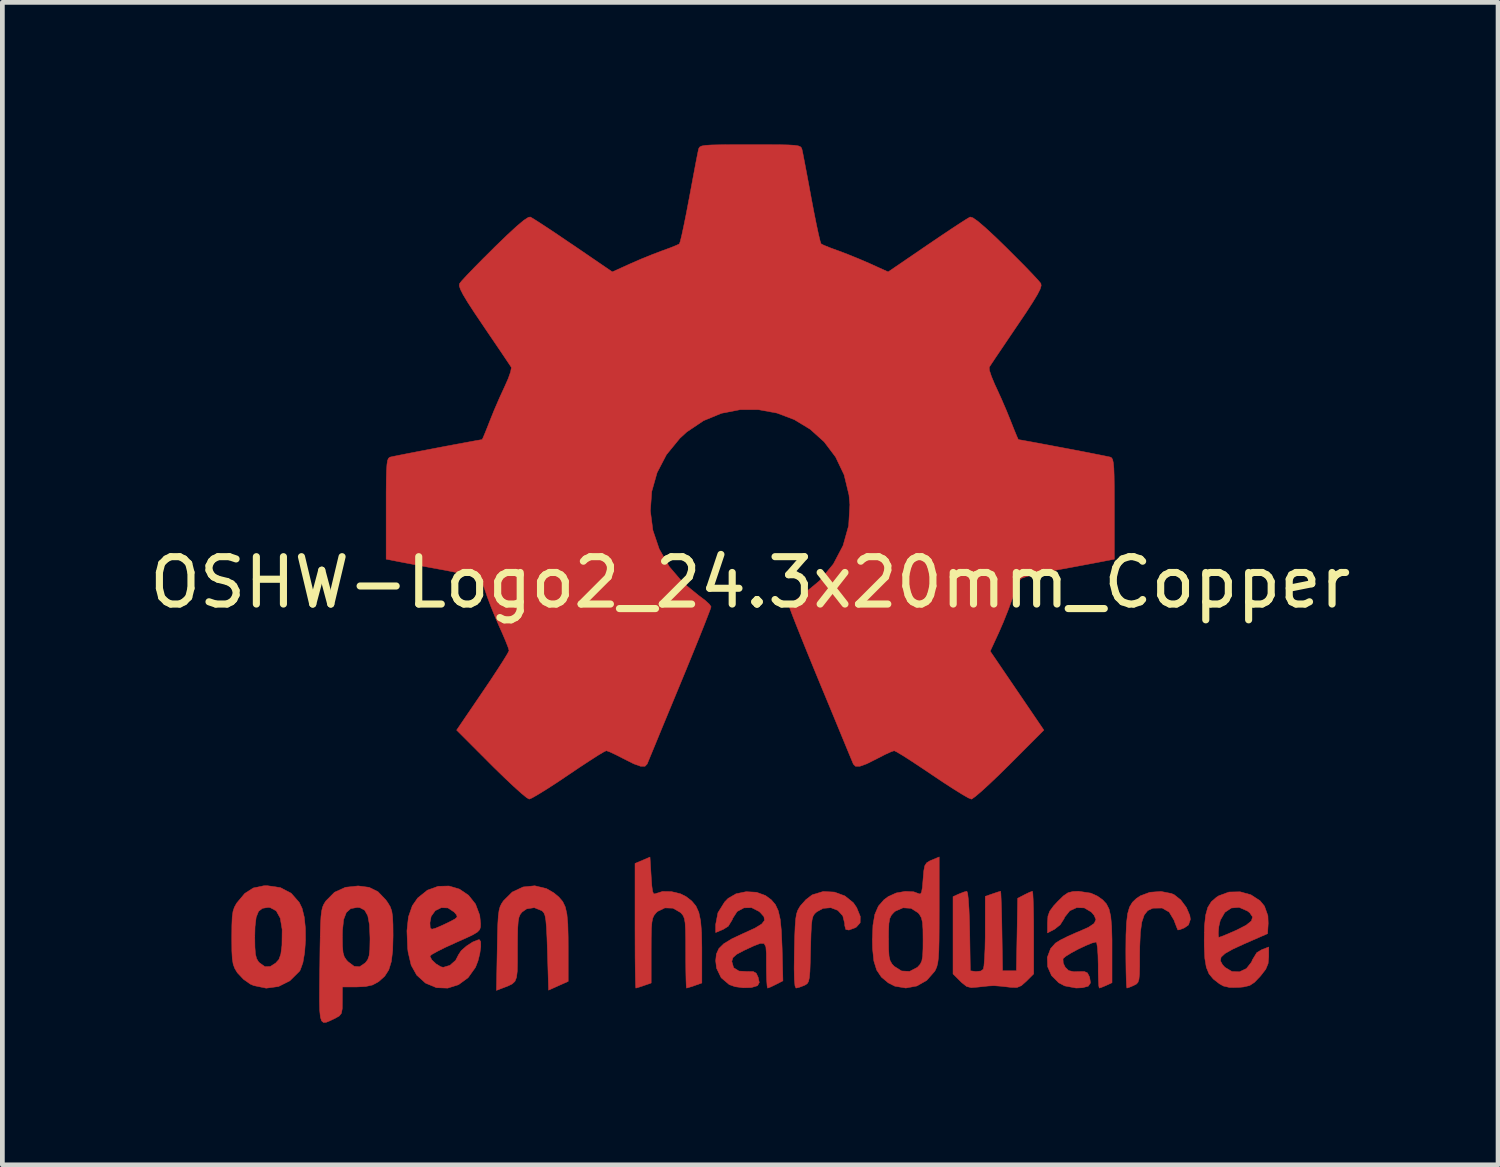
<source format=kicad_pcb>
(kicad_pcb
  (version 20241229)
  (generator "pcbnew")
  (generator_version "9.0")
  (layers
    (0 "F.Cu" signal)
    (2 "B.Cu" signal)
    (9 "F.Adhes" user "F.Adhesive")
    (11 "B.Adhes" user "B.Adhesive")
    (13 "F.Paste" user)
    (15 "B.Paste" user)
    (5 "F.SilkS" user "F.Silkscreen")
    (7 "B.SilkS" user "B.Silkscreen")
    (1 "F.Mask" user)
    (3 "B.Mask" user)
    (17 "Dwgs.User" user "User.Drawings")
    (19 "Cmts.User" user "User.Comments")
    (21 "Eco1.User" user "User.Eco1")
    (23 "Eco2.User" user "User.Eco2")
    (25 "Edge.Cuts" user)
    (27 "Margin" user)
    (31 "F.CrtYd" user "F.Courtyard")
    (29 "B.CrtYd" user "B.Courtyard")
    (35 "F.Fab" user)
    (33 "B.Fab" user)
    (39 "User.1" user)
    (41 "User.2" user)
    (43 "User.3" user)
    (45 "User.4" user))
  (footprint "OSHW-Logo2_24.3x20mm_Copper"
    (layer "F.Cu")
    (at 12.792 9.25)
    (property "Reference" "OSHW-Logo2_24.3x20mm_Copper" (at 0 0 0) (layer "F.SilkS") (effects (font (size 1 1) (thickness 0.15))))
    (attr board_only exclude_from_pos_files exclude_from_bom allow_missing_courtyard)
    (fp_poly (pts (xy 8.893 6.567) (xy 8.951 6.592) (xy 9.09 6.702) (xy 9.209 6.861) (xy 9.282 7.031) (xy 9.294 7.114) (xy 9.254 7.231) (xy 9.166 7.293) (xy 9.072 7.33) (xy 9.029 7.337) (xy 9.008 7.287) (xy 8.966 7.178) (xy 8.948 7.129) (xy 8.846 6.959) (xy 8.698 6.874) (xy 8.509 6.877) (xy 8.495 6.88) (xy 8.393 6.928) (xy 8.319 7.021) (xy 8.268 7.172) (xy 8.238 7.391) (xy 8.225 7.69) (xy 8.223 7.849) (xy 8.223 8.1) (xy 8.219 8.271) (xy 8.208 8.379) (xy 8.187 8.443) (xy 8.153 8.48) (xy 8.102 8.506) (xy 8.099 8.508) (xy 8.002 8.549) (xy 7.953 8.564) (xy 7.946 8.518) (xy 7.94 8.391) (xy 7.935 8.199) (xy 7.932 7.959) (xy 7.931 7.783) (xy 7.934 7.443) (xy 7.946 7.184) (xy 7.969 6.993) (xy 8.009 6.854) (xy 8.07 6.752) (xy 8.154 6.672) (xy 8.238 6.616) (xy 8.439 6.541) (xy 8.673 6.524) (xy 8.893 6.567)) (stroke (width 0.01) (type solid)) (fill yes) (layer "F.Cu"))
    (fp_poly (pts (xy -4.304 6.463) (xy -4.148 6.553) (xy -4.04 6.643) (xy -3.96 6.737) (xy -3.905 6.852) (xy -3.871 7.004) (xy -3.852 7.211) (xy -3.845 7.488) (xy -3.844 7.688) (xy -3.844 8.423) (xy -4.051 8.515) (xy -4.258 8.608) (xy -4.282 7.803) (xy -4.292 7.503) (xy -4.303 7.285) (xy -4.316 7.134) (xy -4.333 7.036) (xy -4.357 6.976) (xy -4.39 6.938) (xy -4.401 6.93) (xy -4.56 6.866) (xy -4.721 6.891) (xy -4.817 6.958) (xy -4.856 7.006) (xy -4.883 7.068) (xy -4.9 7.162) (xy -4.91 7.306) (xy -4.914 7.516) (xy -4.915 7.735) (xy -4.915 8.01) (xy -4.919 8.205) (xy -4.935 8.336) (xy -4.968 8.421) (xy -5.026 8.476) (xy -5.113 8.519) (xy -5.231 8.564) (xy -5.359 8.613) (xy -5.343 7.749) (xy -5.337 7.438) (xy -5.33 7.207) (xy -5.32 7.043) (xy -5.304 6.927) (xy -5.282 6.844) (xy -5.25 6.779) (xy -5.211 6.721) (xy -5.025 6.536) (xy -4.797 6.429) (xy -4.55 6.404) (xy -4.304 6.463)) (stroke (width 0.01) (type solid)) (fill yes) (layer "F.Cu"))
    (fp_poly (pts (xy 1.777 6.537) (xy 1.998 6.618) (xy 2.177 6.762) (xy 2.247 6.864) (xy 2.323 7.05) (xy 2.321 7.185) (xy 2.241 7.276) (xy 2.212 7.291) (xy 2.084 7.339) (xy 2.018 7.327) (xy 1.996 7.246) (xy 1.995 7.202) (xy 1.954 7.038) (xy 1.849 6.923) (xy 1.702 6.867) (xy 1.538 6.881) (xy 1.404 6.954) (xy 1.359 6.995) (xy 1.327 7.045) (xy 1.306 7.121) (xy 1.292 7.239) (xy 1.283 7.417) (xy 1.276 7.67) (xy 1.274 7.75) (xy 1.267 8.025) (xy 1.26 8.218) (xy 1.248 8.346) (xy 1.23 8.425) (xy 1.203 8.47) (xy 1.163 8.497) (xy 1.138 8.509) (xy 1.03 8.55) (xy 0.966 8.564) (xy 0.945 8.519) (xy 0.932 8.381) (xy 0.927 8.15) (xy 0.931 7.824) (xy 0.932 7.773) (xy 0.939 7.476) (xy 0.948 7.258) (xy 0.96 7.104) (xy 0.978 6.996) (xy 1.005 6.918) (xy 1.043 6.852) (xy 1.062 6.824) (xy 1.174 6.698) (xy 1.3 6.601) (xy 1.315 6.593) (xy 1.54 6.525) (xy 1.777 6.537)) (stroke (width 0.01) (type solid)) (fill yes) (layer "F.Cu"))
    (fp_poly (pts (xy -2.092 6.206) (xy -2.078 6.405) (xy -2.062 6.523) (xy -2.039 6.574) (xy -2.006 6.574) (xy -1.995 6.568) (xy -1.852 6.524) (xy -1.665 6.527) (xy -1.476 6.572) (xy -1.357 6.631) (xy -1.236 6.725) (xy -1.147 6.831) (xy -1.086 6.966) (xy -1.048 7.146) (xy -1.028 7.388) (xy -1.022 7.707) (xy -1.022 7.769) (xy -1.022 8.457) (xy -1.175 8.511) (xy -1.284 8.547) (xy -1.344 8.564) (xy -1.345 8.564) (xy -1.351 8.518) (xy -1.356 8.392) (xy -1.36 8.201) (xy -1.362 7.963) (xy -1.362 7.818) (xy -1.363 7.533) (xy -1.367 7.328) (xy -1.375 7.188) (xy -1.391 7.096) (xy -1.416 7.035) (xy -1.452 6.989) (xy -1.475 6.967) (xy -1.632 6.877) (xy -1.803 6.871) (xy -1.958 6.946) (xy -1.987 6.974) (xy -2.029 7.025) (xy -2.058 7.086) (xy -2.076 7.174) (xy -2.087 7.307) (xy -2.091 7.502) (xy -2.092 7.772) (xy -2.092 8.457) (xy -2.246 8.511) (xy -2.354 8.547) (xy -2.414 8.564) (xy -2.416 8.564) (xy -2.42 8.517) (xy -2.424 8.386) (xy -2.428 8.182) (xy -2.431 7.919) (xy -2.432 7.608) (xy -2.433 7.263) (xy -2.433 7.248) (xy -2.433 5.932) (xy -2.117 5.798) (xy -2.092 6.206)) (stroke (width 0.01) (type solid)) (fill yes) (layer "F.Cu"))
    (fp_poly (pts (xy 5.967 6.566) (xy 5.974 6.694) (xy 5.98 6.889) (xy 5.984 7.135) (xy 5.985 7.392) (xy 5.985 8.265) (xy 5.831 8.419) (xy 5.725 8.513) (xy 5.632 8.552) (xy 5.505 8.549) (xy 5.454 8.543) (xy 5.296 8.525) (xy 5.165 8.515) (xy 5.134 8.514) (xy 5.026 8.52) (xy 4.873 8.536) (xy 4.813 8.543) (xy 4.667 8.555) (xy 4.569 8.53) (xy 4.471 8.453) (xy 4.436 8.419) (xy 4.282 8.265) (xy 4.282 6.633) (xy 4.406 6.577) (xy 4.513 6.535) (xy 4.575 6.52) (xy 4.591 6.567) (xy 4.606 6.696) (xy 4.619 6.894) (xy 4.629 7.146) (xy 4.634 7.36) (xy 4.647 8.199) (xy 4.763 8.215) (xy 4.869 8.204) (xy 4.92 8.167) (xy 4.935 8.097) (xy 4.947 7.949) (xy 4.957 7.741) (xy 4.962 7.493) (xy 4.962 7.364) (xy 4.963 6.627) (xy 5.116 6.574) (xy 5.225 6.537) (xy 5.284 6.52) (xy 5.286 6.52) (xy 5.292 6.566) (xy 5.298 6.694) (xy 5.305 6.888) (xy 5.311 7.132) (xy 5.315 7.36) (xy 5.328 8.199) (xy 5.62 8.199) (xy 5.634 7.433) (xy 5.647 6.668) (xy 5.789 6.594) (xy 5.894 6.543) (xy 5.957 6.52) (xy 5.958 6.52) (xy 5.967 6.566)) (stroke (width 0.01) (type solid)) (fill yes) (layer "F.Cu"))
    (fp_poly (pts (xy -9.92 6.443) (xy -9.692 6.563) (xy -9.523 6.756) (xy -9.463 6.88) (xy -9.417 7.067) (xy -9.393 7.302) (xy -9.391 7.559) (xy -9.409 7.81) (xy -9.446 8.027) (xy -9.502 8.183) (xy -9.519 8.21) (xy -9.721 8.41) (xy -9.961 8.531) (xy -10.221 8.566) (xy -10.485 8.511) (xy -10.558 8.479) (xy -10.701 8.378) (xy -10.826 8.245) (xy -10.838 8.228) (xy -10.886 8.147) (xy -10.918 8.06) (xy -10.937 7.945) (xy -10.946 7.782) (xy -10.948 7.546) (xy -10.948 7.493) (xy -10.948 7.477) (xy -10.462 7.477) (xy -10.459 7.699) (xy -10.448 7.846) (xy -10.424 7.941) (xy -10.385 8.007) (xy -10.364 8.029) (xy -10.248 8.112) (xy -10.135 8.108) (xy -10.021 8.036) (xy -9.952 7.959) (xy -9.912 7.846) (xy -9.889 7.669) (xy -9.888 7.648) (xy -9.884 7.327) (xy -9.924 7.088) (xy -10.009 6.934) (xy -10.136 6.865) (xy -10.182 6.861) (xy -10.301 6.88) (xy -10.383 6.945) (xy -10.433 7.071) (xy -10.457 7.269) (xy -10.462 7.477) (xy -10.948 7.477) (xy -10.946 7.243) (xy -10.939 7.068) (xy -10.922 6.946) (xy -10.893 6.857) (xy -10.849 6.778) (xy -10.839 6.763) (xy -10.673 6.565) (xy -10.493 6.45) (xy -10.273 6.404) (xy -10.199 6.402) (xy -9.92 6.443)) (stroke (width 0.01) (type solid)) (fill yes) (layer "F.Cu"))
    (fp_poly (pts (xy 10.572 6.594) (xy 10.765 6.72) (xy 10.858 6.833) (xy 10.931 7.037) (xy 10.937 7.199) (xy 10.924 7.415) (xy 10.425 7.633) (xy 10.183 7.745) (xy 10.024 7.835) (xy 9.942 7.912) (xy 9.928 7.988) (xy 9.973 8.071) (xy 10.024 8.126) (xy 10.171 8.214) (xy 10.33 8.221) (xy 10.477 8.152) (xy 10.585 8.015) (xy 10.604 7.967) (xy 10.696 7.816) (xy 10.803 7.752) (xy 10.948 7.697) (xy 10.948 7.905) (xy 10.935 8.047) (xy 10.885 8.167) (xy 10.779 8.304) (xy 10.763 8.322) (xy 10.646 8.444) (xy 10.545 8.51) (xy 10.418 8.54) (xy 10.313 8.55) (xy 10.126 8.552) (xy 9.992 8.521) (xy 9.909 8.475) (xy 9.778 8.373) (xy 9.687 8.263) (xy 9.63 8.124) (xy 9.599 7.937) (xy 9.587 7.682) (xy 9.586 7.552) (xy 9.589 7.396) (xy 9.883 7.396) (xy 9.887 7.48) (xy 9.895 7.493) (xy 9.951 7.475) (xy 10.072 7.426) (xy 10.233 7.356) (xy 10.267 7.341) (xy 10.47 7.237) (xy 10.583 7.146) (xy 10.607 7.061) (xy 10.548 6.975) (xy 10.5 6.937) (xy 10.324 6.86) (xy 10.159 6.873) (xy 10.021 6.966) (xy 9.926 7.131) (xy 9.895 7.262) (xy 9.883 7.396) (xy 9.589 7.396) (xy 9.592 7.249) (xy 9.616 7.025) (xy 9.661 6.862) (xy 9.736 6.741) (xy 9.845 6.646) (xy 9.892 6.616) (xy 10.108 6.536) (xy 10.344 6.531) (xy 10.572 6.594)) (stroke (width 0.01) (type solid)) (fill yes) (layer "F.Cu"))
    (fp_poly (pts (xy 3.99 6.924) (xy 3.989 7.288) (xy 3.987 7.568) (xy 3.982 7.777) (xy 3.973 7.929) (xy 3.959 8.037) (xy 3.939 8.115) (xy 3.913 8.177) (xy 3.893 8.212) (xy 3.727 8.401) (xy 3.518 8.52) (xy 3.285 8.563) (xy 3.053 8.524) (xy 2.915 8.454) (xy 2.769 8.332) (xy 2.67 8.184) (xy 2.61 7.991) (xy 2.583 7.732) (xy 2.579 7.542) (xy 2.58 7.529) (xy 2.92 7.529) (xy 2.922 7.746) (xy 2.931 7.89) (xy 2.953 7.984) (xy 2.992 8.053) (xy 3.039 8.104) (xy 3.196 8.203) (xy 3.365 8.212) (xy 3.524 8.129) (xy 3.537 8.118) (xy 3.59 8.059) (xy 3.623 7.99) (xy 3.641 7.886) (xy 3.648 7.726) (xy 3.649 7.549) (xy 3.647 7.326) (xy 3.637 7.178) (xy 3.614 7.08) (xy 3.575 7.011) (xy 3.544 6.974) (xy 3.396 6.88) (xy 3.226 6.869) (xy 3.063 6.94) (xy 3.032 6.967) (xy 2.979 7.026) (xy 2.946 7.096) (xy 2.928 7.2) (xy 2.921 7.362) (xy 2.92 7.529) (xy 2.58 7.529) (xy 2.591 7.237) (xy 2.631 7.007) (xy 2.706 6.834) (xy 2.823 6.7) (xy 2.915 6.631) (xy 3.081 6.556) (xy 3.273 6.522) (xy 3.452 6.531) (xy 3.552 6.568) (xy 3.591 6.579) (xy 3.617 6.539) (xy 3.636 6.433) (xy 3.649 6.271) (xy 3.664 6.091) (xy 3.685 5.982) (xy 3.724 5.92) (xy 3.79 5.879) (xy 3.832 5.861) (xy 3.99 5.795) (xy 3.99 6.924)) (stroke (width 0.01) (type solid)) (fill yes) (layer "F.Cu"))
    (fp_poly (pts (xy -6.141 6.474) (xy -5.949 6.604) (xy -5.801 6.79) (xy -5.712 7.027) (xy -5.694 7.202) (xy -5.696 7.275) (xy -5.713 7.33) (xy -5.76 7.38) (xy -5.851 7.436) (xy -6.002 7.508) (xy -6.227 7.608) (xy -6.228 7.609) (xy -6.435 7.703) (xy -6.605 7.788) (xy -6.72 7.852) (xy -6.764 7.888) (xy -6.764 7.888) (xy -6.726 7.966) (xy -6.636 8.052) (xy -6.534 8.114) (xy -6.482 8.126) (xy -6.341 8.084) (xy -6.22 7.977) (xy -6.16 7.86) (xy -6.103 7.774) (xy -5.991 7.676) (xy -5.86 7.591) (xy -5.744 7.545) (xy -5.719 7.542) (xy -5.692 7.584) (xy -5.69 7.691) (xy -5.71 7.834) (xy -5.748 7.988) (xy -5.8 8.122) (xy -5.803 8.128) (xy -5.958 8.345) (xy -6.159 8.492) (xy -6.388 8.565) (xy -6.626 8.556) (xy -6.853 8.461) (xy -6.863 8.454) (xy -7.042 8.292) (xy -7.16 8.081) (xy -7.225 7.803) (xy -7.234 7.724) (xy -7.249 7.356) (xy -7.231 7.184) (xy -6.764 7.184) (xy -6.758 7.291) (xy -6.724 7.322) (xy -6.642 7.299) (xy -6.511 7.243) (xy -6.365 7.174) (xy -6.362 7.172) (xy -6.238 7.107) (xy -6.189 7.064) (xy -6.201 7.018) (xy -6.252 6.959) (xy -6.383 6.872) (xy -6.524 6.866) (xy -6.651 6.929) (xy -6.738 7.05) (xy -6.764 7.184) (xy -7.231 7.184) (xy -7.217 7.06) (xy -7.136 6.826) (xy -7.022 6.662) (xy -6.817 6.497) (xy -6.591 6.415) (xy -6.36 6.409) (xy -6.141 6.474)) (stroke (width 0.01) (type solid)) (fill yes) (layer "F.Cu"))
    (fp_poly (pts (xy 0.133 6.541) (xy 0.324 6.611) (xy 0.326 6.613) (xy 0.444 6.7) (xy 0.531 6.801) (xy 0.592 6.933) (xy 0.633 7.112) (xy 0.657 7.354) (xy 0.671 7.675) (xy 0.673 7.721) (xy 0.69 8.411) (xy 0.542 8.487) (xy 0.435 8.539) (xy 0.37 8.564) (xy 0.367 8.564) (xy 0.356 8.519) (xy 0.347 8.397) (xy 0.342 8.218) (xy 0.341 8.074) (xy 0.341 7.84) (xy 0.33 7.693) (xy 0.293 7.623) (xy 0.213 7.62) (xy 0.075 7.673) (xy -0.134 7.77) (xy -0.287 7.851) (xy -0.366 7.922) (xy -0.389 7.998) (xy -0.389 8.002) (xy -0.351 8.134) (xy -0.238 8.205) (xy -0.064 8.215) (xy 0.061 8.214) (xy 0.126 8.25) (xy 0.167 8.336) (xy 0.191 8.446) (xy 0.157 8.509) (xy 0.144 8.517) (xy 0.023 8.553) (xy -0.146 8.558) (xy -0.32 8.535) (xy -0.443 8.491) (xy -0.614 8.346) (xy -0.711 8.145) (xy -0.73 7.987) (xy -0.715 7.845) (xy -0.662 7.729) (xy -0.557 7.626) (xy -0.387 7.523) (xy -0.137 7.406) (xy -0.122 7.4) (xy 0.103 7.296) (xy 0.242 7.211) (xy 0.302 7.134) (xy 0.289 7.056) (xy 0.21 6.967) (xy 0.186 6.946) (xy 0.029 6.866) (xy -0.134 6.87) (xy -0.277 6.948) (xy -0.371 7.093) (xy -0.38 7.121) (xy -0.465 7.259) (xy -0.573 7.326) (xy -0.73 7.391) (xy -0.73 7.221) (xy -0.682 6.973) (xy -0.541 6.746) (xy -0.467 6.67) (xy -0.3 6.573) (xy -0.087 6.529) (xy 0.133 6.541)) (stroke (width 0.01) (type solid)) (fill yes) (layer "F.Cu"))
    (fp_poly (pts (xy -8.047 6.437) (xy -7.861 6.529) (xy -7.697 6.7) (xy -7.652 6.763) (xy -7.602 6.846) (xy -7.57 6.936) (xy -7.552 7.056) (xy -7.544 7.229) (xy -7.542 7.457) (xy -7.55 7.77) (xy -7.579 8.005) (xy -7.633 8.18) (xy -7.719 8.314) (xy -7.843 8.425) (xy -7.852 8.431) (xy -7.974 8.498) (xy -8.121 8.531) (xy -8.308 8.54) (xy -8.612 8.54) (xy -8.613 8.835) (xy -8.615 8.999) (xy -8.633 9.096) (xy -8.678 9.153) (xy -8.764 9.202) (xy -8.785 9.212) (xy -8.882 9.258) (xy -8.957 9.288) (xy -9.012 9.29) (xy -9.052 9.256) (xy -9.077 9.176) (xy -9.091 9.04) (xy -9.096 8.838) (xy -9.095 8.56) (xy -9.091 8.198) (xy -9.089 8.09) (xy -9.085 7.716) (xy -9.08 7.471) (xy -8.613 7.471) (xy -8.61 7.679) (xy -8.598 7.815) (xy -8.572 7.904) (xy -8.525 7.973) (xy -8.493 8.007) (xy -8.363 8.105) (xy -8.248 8.113) (xy -8.129 8.032) (xy -8.126 8.029) (xy -8.078 7.966) (xy -8.048 7.881) (xy -8.033 7.75) (xy -8.029 7.549) (xy -8.029 7.504) (xy -8.04 7.228) (xy -8.076 7.036) (xy -8.142 6.919) (xy -8.242 6.866) (xy -8.299 6.861) (xy -8.436 6.886) (xy -8.529 6.968) (xy -8.586 7.117) (xy -8.61 7.346) (xy -8.613 7.471) (xy -9.08 7.471) (xy -9.08 7.427) (xy -9.073 7.209) (xy -9.064 7.05) (xy -9.05 6.937) (xy -9.032 6.858) (xy -9.007 6.798) (xy -8.975 6.746) (xy -8.962 6.726) (xy -8.779 6.541) (xy -8.548 6.436) (xy -8.28 6.407) (xy -8.047 6.437)) (stroke (width 0.01) (type solid)) (fill yes) (layer "F.Cu"))
    (fp_poly (pts (xy 7.191 6.559) (xy 7.331 6.622) (xy 7.441 6.7) (xy 7.521 6.786) (xy 7.577 6.897) (xy 7.612 7.05) (xy 7.631 7.259) (xy 7.639 7.541) (xy 7.639 7.727) (xy 7.639 8.451) (xy 7.516 8.508) (xy 7.418 8.549) (xy 7.37 8.564) (xy 7.36 8.519) (xy 7.353 8.397) (xy 7.348 8.219) (xy 7.348 8.077) (xy 7.343 7.873) (xy 7.332 7.711) (xy 7.316 7.612) (xy 7.303 7.591) (xy 7.217 7.612) (xy 7.082 7.668) (xy 6.925 7.742) (xy 6.775 7.823) (xy 6.659 7.895) (xy 6.604 7.944) (xy 6.604 7.945) (xy 6.609 8.036) (xy 6.651 8.124) (xy 6.724 8.195) (xy 6.832 8.219) (xy 6.923 8.216) (xy 7.053 8.214) (xy 7.121 8.244) (xy 7.162 8.325) (xy 7.167 8.34) (xy 7.185 8.454) (xy 7.138 8.524) (xy 7.014 8.557) (xy 6.88 8.563) (xy 6.64 8.518) (xy 6.515 8.453) (xy 6.362 8.3) (xy 6.28 8.113) (xy 6.273 7.915) (xy 6.342 7.731) (xy 6.445 7.615) (xy 6.549 7.55) (xy 6.711 7.469) (xy 6.901 7.385) (xy 6.933 7.373) (xy 7.141 7.281) (xy 7.261 7.2) (xy 7.3 7.119) (xy 7.263 7.029) (xy 7.202 6.958) (xy 7.055 6.871) (xy 6.894 6.865) (xy 6.747 6.932) (xy 6.64 7.066) (xy 6.626 7.1) (xy 6.545 7.227) (xy 6.427 7.321) (xy 6.277 7.399) (xy 6.277 7.179) (xy 6.286 7.045) (xy 6.324 6.94) (xy 6.407 6.827) (xy 6.488 6.74) (xy 6.613 6.617) (xy 6.71 6.551) (xy 6.814 6.525) (xy 6.932 6.52) (xy 7.191 6.559)) (stroke (width 0.01) (type solid)) (fill yes) (layer "F.Cu"))
    (fp_poly (pts (xy 0.348 -9.245) (xy 0.612 -9.244) (xy 0.802 -9.24) (xy 0.932 -9.232) (xy 1.014 -9.22) (xy 1.06 -9.201) (xy 1.083 -9.175) (xy 1.094 -9.14) (xy 1.095 -9.136) (xy 1.112 -9.055) (xy 1.143 -8.895) (xy 1.185 -8.674) (xy 1.235 -8.408) (xy 1.289 -8.114) (xy 1.291 -8.103) (xy 1.346 -7.815) (xy 1.397 -7.561) (xy 1.441 -7.355) (xy 1.475 -7.214) (xy 1.496 -7.151) (xy 1.497 -7.15) (xy 1.558 -7.12) (xy 1.684 -7.069) (xy 1.848 -7.009) (xy 1.849 -7.009) (xy 2.055 -6.931) (xy 2.299 -6.832) (xy 2.528 -6.733) (xy 2.539 -6.728) (xy 2.912 -6.559) (xy 3.739 -7.124) (xy 3.993 -7.296) (xy 4.223 -7.45) (xy 4.416 -7.577) (xy 4.558 -7.668) (xy 4.636 -7.714) (xy 4.643 -7.718) (xy 4.7 -7.702) (xy 4.806 -7.628) (xy 4.966 -7.491) (xy 5.184 -7.289) (xy 5.406 -7.073) (xy 5.619 -6.86) (xy 5.811 -6.667) (xy 5.968 -6.503) (xy 6.08 -6.382) (xy 6.135 -6.316) (xy 6.137 -6.313) (xy 6.143 -6.267) (xy 6.121 -6.193) (xy 6.063 -6.08) (xy 5.965 -5.918) (xy 5.822 -5.697) (xy 5.63 -5.413) (xy 5.46 -5.162) (xy 5.309 -4.938) (xy 5.183 -4.752) (xy 5.094 -4.618) (xy 5.049 -4.549) (xy 5.046 -4.545) (xy 5.051 -4.479) (xy 5.093 -4.351) (xy 5.163 -4.184) (xy 5.188 -4.131) (xy 5.296 -3.895) (xy 5.412 -3.626) (xy 5.506 -3.394) (xy 5.574 -3.222) (xy 5.628 -3.091) (xy 5.659 -3.022) (xy 5.662 -3.017) (xy 5.72 -3.008) (xy 5.854 -2.984) (xy 6.049 -2.948) (xy 6.285 -2.904) (xy 6.545 -2.855) (xy 6.811 -2.805) (xy 7.065 -2.756) (xy 7.289 -2.712) (xy 7.465 -2.677) (xy 7.576 -2.654) (xy 7.603 -2.648) (xy 7.631 -2.632) (xy 7.652 -2.596) (xy 7.667 -2.527) (xy 7.678 -2.415) (xy 7.684 -2.245) (xy 7.687 -2.007) (xy 7.688 -1.688) (xy 7.688 -1.557) (xy 7.688 -0.493) (xy 7.433 -0.443) (xy 7.291 -0.416) (xy 7.078 -0.376) (xy 6.822 -0.328) (xy 6.548 -0.278) (xy 6.472 -0.264) (xy 6.218 -0.214) (xy 5.997 -0.166) (xy 5.828 -0.123) (xy 5.728 -0.089) (xy 5.711 -0.079) (xy 5.67 -0.009) (xy 5.612 0.127) (xy 5.547 0.303) (xy 5.534 0.341) (xy 5.449 0.575) (xy 5.343 0.84) (xy 5.24 1.077) (xy 5.239 1.078) (xy 5.067 1.451) (xy 5.634 2.284) (xy 6.2 3.117) (xy 5.473 3.845) (xy 5.253 4.062) (xy 5.052 4.253) (xy 4.882 4.409) (xy 4.754 4.518) (xy 4.679 4.571) (xy 4.668 4.574) (xy 4.605 4.548) (xy 4.476 4.474) (xy 4.296 4.362) (xy 4.078 4.221) (xy 3.842 4.063) (xy 3.602 3.902) (xy 3.389 3.761) (xy 3.215 3.65) (xy 3.094 3.578) (xy 3.04 3.552) (xy 2.974 3.574) (xy 2.849 3.631) (xy 2.691 3.712) (xy 2.674 3.721) (xy 2.461 3.828) (xy 2.314 3.881) (xy 2.223 3.881) (xy 2.176 3.833) (xy 2.176 3.832) (xy 2.152 3.774) (xy 2.095 3.637) (xy 2.01 3.431) (xy 1.901 3.167) (xy 1.773 2.856) (xy 1.629 2.508) (xy 1.489 2.171) (xy 1.336 1.799) (xy 1.195 1.454) (xy 1.071 1.147) (xy 0.968 0.889) (xy 0.89 0.69) (xy 0.842 0.561) (xy 0.827 0.512) (xy 0.865 0.457) (xy 0.962 0.369) (xy 1.093 0.271) (xy 1.464 -0.037) (xy 1.755 -0.39) (xy 1.96 -0.78) (xy 2.078 -1.201) (xy 2.104 -1.644) (xy 2.085 -1.849) (xy 1.982 -2.274) (xy 1.803 -2.649) (xy 1.561 -2.97) (xy 1.267 -3.235) (xy 0.931 -3.439) (xy 0.564 -3.578) (xy 0.178 -3.649) (xy -0.216 -3.649) (xy -0.608 -3.573) (xy -0.986 -3.417) (xy -1.34 -3.179) (xy -1.487 -3.044) (xy -1.77 -2.698) (xy -1.967 -2.32) (xy -2.08 -1.921) (xy -2.109 -1.512) (xy -2.056 -1.103) (xy -1.922 -0.707) (xy -1.709 -0.334) (xy -1.418 0.006) (xy -1.093 0.271) (xy -0.957 0.373) (xy -0.862 0.46) (xy -0.827 0.512) (xy -0.845 0.569) (xy -0.897 0.706) (xy -0.977 0.911) (xy -1.082 1.174) (xy -1.208 1.484) (xy -1.35 1.832) (xy -1.49 2.171) (xy -1.644 2.543) (xy -1.787 2.888) (xy -1.914 3.195) (xy -2.02 3.454) (xy -2.103 3.654) (xy -2.156 3.783) (xy -2.176 3.832) (xy -2.223 3.881) (xy -2.313 3.881) (xy -2.459 3.829) (xy -2.672 3.722) (xy -2.674 3.721) (xy -2.834 3.639) (xy -2.964 3.578) (xy -3.037 3.552) (xy -3.04 3.552) (xy -3.095 3.578) (xy -3.217 3.651) (xy -3.391 3.763) (xy -3.605 3.903) (xy -3.842 4.063) (xy -4.083 4.225) (xy -4.3 4.365) (xy -4.48 4.476) (xy -4.607 4.549) (xy -4.668 4.574) (xy -4.724 4.541) (xy -4.837 4.448) (xy -4.995 4.306) (xy -5.187 4.125) (xy -5.403 3.915) (xy -5.473 3.845) (xy -6.2 3.117) (xy -5.647 2.304) (xy -5.478 2.054) (xy -5.331 1.83) (xy -5.212 1.645) (xy -5.13 1.511) (xy -5.094 1.442) (xy -5.093 1.437) (xy -5.112 1.371) (xy -5.163 1.24) (xy -5.238 1.064) (xy -5.291 0.947) (xy -5.389 0.721) (xy -5.481 0.494) (xy -5.553 0.302) (xy -5.572 0.243) (xy -5.627 0.087) (xy -5.681 -0.034) (xy -5.711 -0.079) (xy -5.776 -0.107) (xy -5.919 -0.147) (xy -6.121 -0.194) (xy -6.363 -0.243) (xy -6.472 -0.264) (xy -6.747 -0.314) (xy -7.011 -0.363) (xy -7.238 -0.406) (xy -7.402 -0.437) (xy -7.433 -0.443) (xy -7.688 -0.493) (xy -7.688 -1.557) (xy -7.688 -1.907) (xy -7.685 -2.172) (xy -7.68 -2.363) (xy -7.671 -2.494) (xy -7.658 -2.577) (xy -7.639 -2.622) (xy -7.613 -2.644) (xy -7.603 -2.648) (xy -7.54 -2.662) (xy -7.4 -2.69) (xy -7.202 -2.729) (xy -6.964 -2.775) (xy -6.703 -2.825) (xy -6.437 -2.876) (xy -6.185 -2.923) (xy -5.963 -2.964) (xy -5.791 -2.996) (xy -5.686 -3.014) (xy -5.662 -3.017) (xy -5.641 -3.059) (xy -5.594 -3.171) (xy -5.53 -3.331) (xy -5.506 -3.394) (xy -5.408 -3.637) (xy -5.292 -3.905) (xy -5.188 -4.131) (xy -5.111 -4.304) (xy -5.061 -4.446) (xy -5.044 -4.533) (xy -5.046 -4.545) (xy -5.082 -4.6) (xy -5.164 -4.722) (xy -5.283 -4.899) (xy -5.431 -5.117) (xy -5.598 -5.363) (xy -5.631 -5.412) (xy -5.825 -5.7) (xy -5.968 -5.92) (xy -6.064 -6.08) (xy -6.121 -6.193) (xy -6.144 -6.266) (xy -6.138 -6.312) (xy -6.138 -6.312) (xy -6.09 -6.372) (xy -5.983 -6.488) (xy -5.83 -6.647) (xy -5.642 -6.838) (xy -5.429 -7.049) (xy -5.406 -7.073) (xy -5.138 -7.332) (xy -4.932 -7.522) (xy -4.783 -7.647) (xy -4.686 -7.71) (xy -4.643 -7.718) (xy -4.581 -7.682) (xy -4.452 -7.6) (xy -4.27 -7.481) (xy -4.047 -7.332) (xy -3.798 -7.163) (xy -3.739 -7.124) (xy -2.912 -6.559) (xy -2.539 -6.728) (xy -2.312 -6.827) (xy -2.068 -6.926) (xy -1.858 -7.006) (xy -1.849 -7.009) (xy -1.685 -7.069) (xy -1.559 -7.12) (xy -1.497 -7.15) (xy -1.497 -7.15) (xy -1.477 -7.205) (xy -1.444 -7.341) (xy -1.401 -7.542) (xy -1.35 -7.793) (xy -1.296 -8.079) (xy -1.291 -8.103) (xy -1.236 -8.398) (xy -1.186 -8.665) (xy -1.144 -8.889) (xy -1.112 -9.051) (xy -1.095 -9.134) (xy -1.095 -9.136) (xy -1.084 -9.171) (xy -1.064 -9.198) (xy -1.021 -9.218) (xy -0.944 -9.231) (xy -0.82 -9.239) (xy -0.636 -9.243) (xy -0.382 -9.245) (xy -0.044 -9.245) (xy 0 -9.245) (xy 0.348 -9.245)) (stroke (width 0.01) (type solid)) (fill yes) (layer "F.Cu")))
  (gr_rect
    (start -3 -3)
    (end 28.583 21.546)
    (stroke (width 0.1) (type default))
    (fill no)
    (layer "Edge.Cuts")))
</source>
